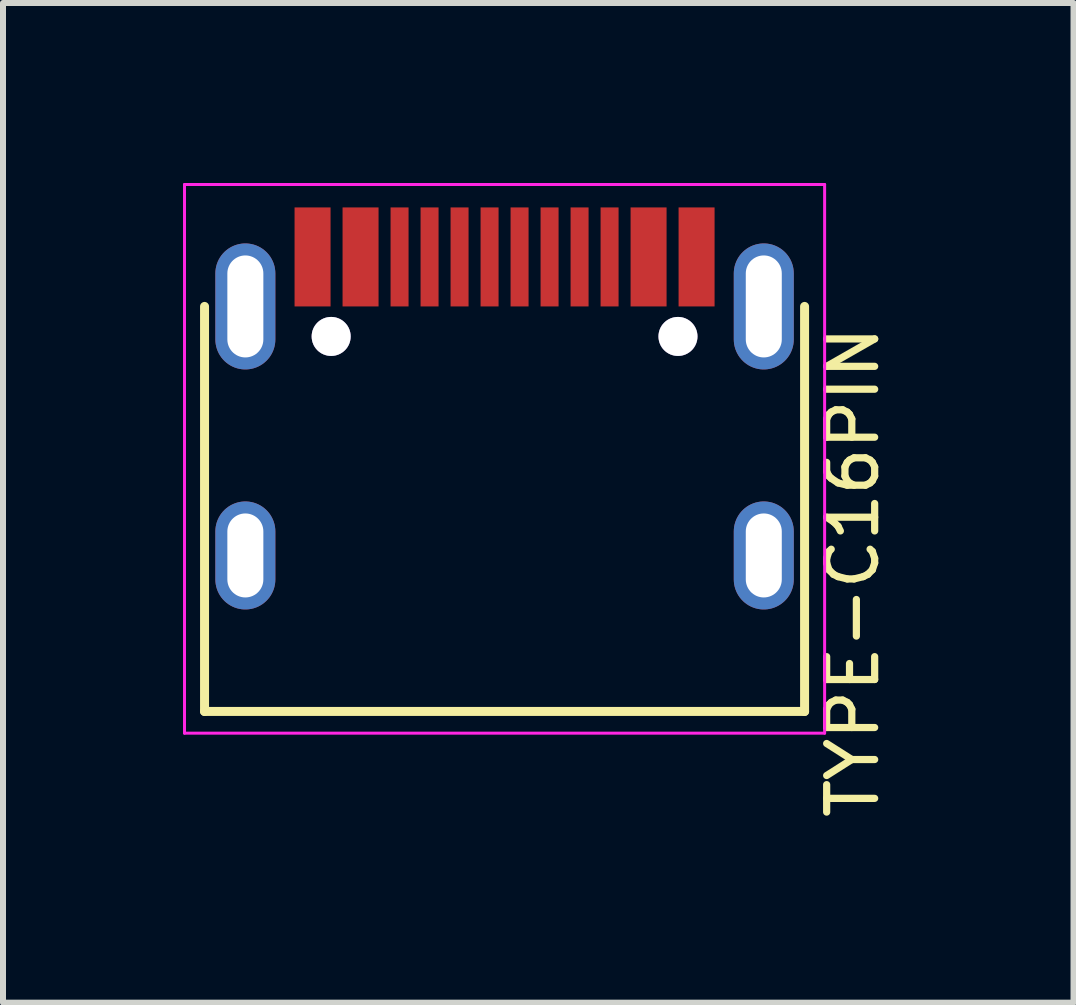
<source format=kicad_pcb>
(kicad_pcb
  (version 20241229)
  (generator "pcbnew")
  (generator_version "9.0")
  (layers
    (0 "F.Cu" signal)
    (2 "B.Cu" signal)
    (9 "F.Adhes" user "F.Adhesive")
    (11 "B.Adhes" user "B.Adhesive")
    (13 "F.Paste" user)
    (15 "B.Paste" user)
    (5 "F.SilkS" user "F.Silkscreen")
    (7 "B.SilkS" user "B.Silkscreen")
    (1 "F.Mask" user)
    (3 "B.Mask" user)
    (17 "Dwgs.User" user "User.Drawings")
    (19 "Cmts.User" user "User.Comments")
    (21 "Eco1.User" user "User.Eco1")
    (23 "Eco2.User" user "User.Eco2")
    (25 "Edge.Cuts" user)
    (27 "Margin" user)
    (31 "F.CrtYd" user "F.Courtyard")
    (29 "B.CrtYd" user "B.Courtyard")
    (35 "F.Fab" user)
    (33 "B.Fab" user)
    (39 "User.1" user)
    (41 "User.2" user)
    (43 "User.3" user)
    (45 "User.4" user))
  (footprint "TYPE-C16PIN"
    (layer "F.Cu")
    (at 5.359 2.057)
    (property "Reference" "TYPE-C16PIN" (at 5.804 4.427 270) (layer "F.SilkS") (effects (font (size 0.8 0.8) (thickness 0.12))))
    (attr through_hole)
    (fp_line (start -5 0) (end -5 6.75) (stroke (width 0.15) (type solid)) (layer "F.SilkS"))
    (fp_line (start -5 6.75) (end 5 6.75) (stroke (width 0.15) (type solid)) (layer "F.SilkS"))
    (fp_line (start 5 6.75) (end 5 0) (stroke (width 0.15) (type solid)) (layer "F.SilkS"))
    (fp_line (start -5.334 -2.032) (end -5.334 7.112) (stroke (width 0.05) (type solid)) (layer "F.CrtYd"))
    (fp_line (start -5.334 7.112) (end 5.334 7.112) (stroke (width 0.05) (type solid)) (layer "F.CrtYd"))
    (fp_line (start 5.334 -2.032) (end -5.334 -2.032) (stroke (width 0.05) (type solid)) (layer "F.CrtYd"))
    (fp_line (start 5.334 7.112) (end 5.334 -2.032) (stroke (width 0.05) (type solid)) (layer "F.CrtYd"))
    (pad "" thru_hole circle (at -2.89 0.5) (size 0.65 0.65) (drill 0.65) (layers "*.Cu" "*.Mask"))
    (pad "" thru_hole circle (at 2.89 0.5) (size 0.65 0.65) (drill 0.65) (layers "*.Cu" "*.Mask"))
    (pad "A1" smd rect (at -3.2 -0.825) (size 0.6 1.65) (layers "F.Cu" "F.Mask" "F.Paste"))
    (pad "A1" smd rect (at 3.2 -0.825) (size 0.6 1.65) (layers "F.Cu" "F.Mask" "F.Paste"))
    (pad "A4" smd rect (at -2.4 -0.825) (size 0.6 1.65) (layers "F.Cu" "F.Mask" "F.Paste"))
    (pad "A4" smd rect (at 2.4 -0.825) (size 0.6 1.65) (layers "F.Cu" "F.Mask" "F.Paste"))
    (pad "A5" smd rect (at -1.25 -0.825) (size 0.3 1.65) (layers "F.Cu" "F.Mask" "F.Paste"))
    (pad "A6" smd rect (at -0.25 -0.825) (size 0.3 1.65) (layers "F.Cu" "F.Mask" "F.Paste"))
    (pad "A6" smd rect (at 0.75 -0.825) (size 0.3 1.65) (layers "F.Cu" "F.Mask" "F.Paste"))
    (pad "A7" smd rect (at -0.75 -0.825) (size 0.3 1.65) (layers "F.Cu" "F.Mask" "F.Paste"))
    (pad "A7" smd rect (at 0.25 -0.825) (size 0.3 1.65) (layers "F.Cu" "F.Mask" "F.Paste"))
    (pad "A8" smd rect (at -1.75 -0.825) (size 0.3 1.65) (layers "F.Cu" "F.Mask" "F.Paste"))
    (pad "B5" smd rect (at 1.75 -0.825) (size 0.3 1.65) (layers "F.Cu" "F.Mask" "F.Paste"))
    (pad "B8" smd rect (at 1.25 -0.825) (size 0.3 1.65) (layers "F.Cu" "F.Mask" "F.Paste"))
    (pad "S1" thru_hole oval (at -4.32 0) (size 1 2.1) (drill oval 0.6 1.7) (layers "*.Cu" "*.Mask"))
    (pad "S1" thru_hole oval (at -4.32 4.15) (size 1 1.8) (drill oval 0.6 1.4) (layers "*.Cu" "*.Mask"))
    (pad "S1" thru_hole oval (at 4.32 0) (size 1 2.1) (drill oval 0.6 1.7) (layers "*.Cu" "*.Mask"))
    (pad "S1" thru_hole oval (at 4.32 4.15) (size 1 1.8) (drill oval 0.6 1.4) (layers "*.Cu" "*.Mask")))
  (gr_rect
    (start -3 -3)
    (end 14.841 13.66)
    (stroke (width 0.1) (type default))
    (fill no)
    (layer "Edge.Cuts")))
</source>
